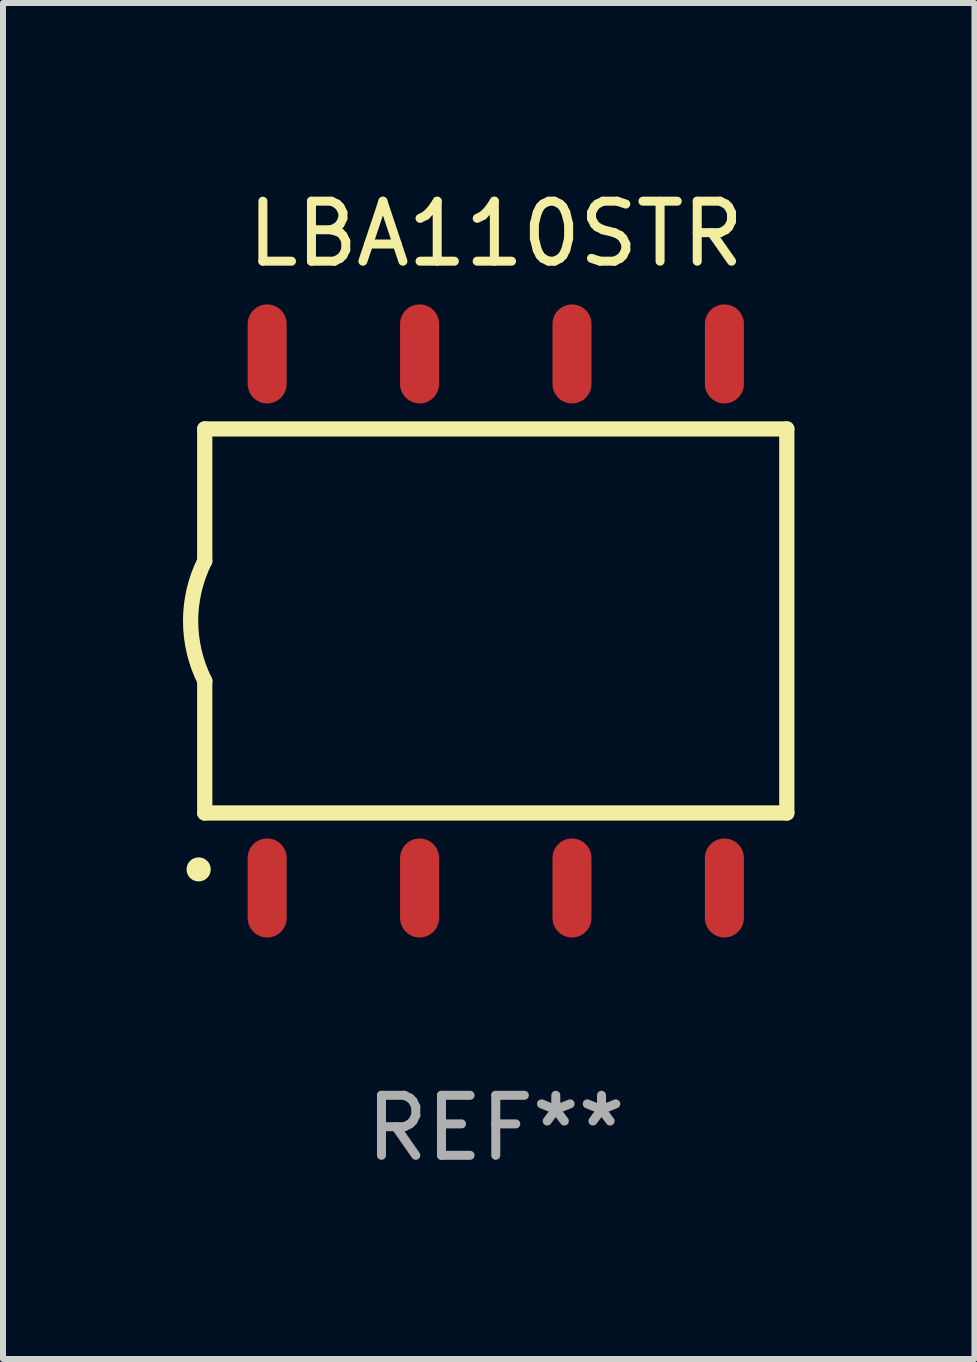
<source format=kicad_pcb>
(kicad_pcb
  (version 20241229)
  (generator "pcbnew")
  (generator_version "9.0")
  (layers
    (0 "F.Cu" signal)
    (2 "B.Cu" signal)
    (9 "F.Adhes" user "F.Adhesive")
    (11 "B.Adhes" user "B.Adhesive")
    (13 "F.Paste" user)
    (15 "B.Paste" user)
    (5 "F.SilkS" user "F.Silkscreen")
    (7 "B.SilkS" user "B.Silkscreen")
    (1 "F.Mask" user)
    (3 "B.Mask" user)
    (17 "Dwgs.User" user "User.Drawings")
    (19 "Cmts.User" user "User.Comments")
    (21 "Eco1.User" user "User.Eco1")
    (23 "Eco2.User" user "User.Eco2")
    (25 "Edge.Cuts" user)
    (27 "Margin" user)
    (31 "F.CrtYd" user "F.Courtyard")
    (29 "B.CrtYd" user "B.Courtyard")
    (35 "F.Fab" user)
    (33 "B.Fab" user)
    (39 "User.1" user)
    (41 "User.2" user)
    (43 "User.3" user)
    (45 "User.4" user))
  (footprint "LBA110STR"
    (layer "F.Cu")
    (at 5.212 7.298)
    (property "Reference" "LBA110STR" (at 0 -6.45 0) (layer "F.SilkS") (effects (font (size 1 1) (thickness 0.15))))
    (attr through_hole)
    (fp_line (start -4.85 -3.2) (end -4.85 -1) (stroke (width 0.254) (type solid)) (layer "F.SilkS"))
    (fp_line (start -4.85 -3.2) (end 4.85 -3.2) (stroke (width 0.254) (type solid)) (layer "F.SilkS"))
    (fp_line (start -4.85 3.2) (end -4.85 1) (stroke (width 0.254) (type solid)) (layer "F.SilkS"))
    (fp_line (start 4.85 -3.2) (end 4.85 3.2) (stroke (width 0.254) (type solid)) (layer "F.SilkS"))
    (fp_line (start 4.85 3.2) (end -4.85 3.2) (stroke (width 0.254) (type solid)) (layer "F.SilkS"))
    (fp_arc (start -4.95301 4.140208) (mid -4.95174 4.140204) (end -4.95047 4.140208) (stroke (width 0.4) (type solid)) (layer "F.SilkS"))
    (fp_arc (start -4.84887 1.000762) (mid -5.085418 0.000516) (end -4.850013 -1) (stroke (width 0.254001) (type solid)) (layer "F.SilkS"))
    (fp_text user "REF**" (at 0 8.45 0) (layer "F.Fab") (effects (font (size 1 1) (thickness 0.15))))
    (pad "1" smd oval (at -3.81 4.45) (size 0.65 1.65) (layers "F.Cu" "F.Mask" "F.Paste"))
    (pad "2" smd oval (at -1.27 4.45) (size 0.65 1.65) (layers "F.Cu" "F.Mask" "F.Paste"))
    (pad "3" smd oval (at 1.27 4.45) (size 0.65 1.65) (layers "F.Cu" "F.Mask" "F.Paste"))
    (pad "4" smd oval (at 3.81 4.45) (size 0.65 1.65) (layers "F.Cu" "F.Mask" "F.Paste"))
    (pad "5" smd oval (at 3.81 -4.45 180) (size 0.65 1.65) (layers "F.Cu" "F.Mask" "F.Paste"))
    (pad "6" smd oval (at 1.27 -4.45 180) (size 0.65 1.65) (layers "F.Cu" "F.Mask" "F.Paste"))
    (pad "7" smd oval (at -1.27 -4.45 180) (size 0.65 1.65) (layers "F.Cu" "F.Mask" "F.Paste"))
    (pad "8" smd oval (at -3.81 -4.45 180) (size 0.65 1.65) (layers "F.Cu" "F.Mask" "F.Paste")))
  (gr_rect
    (start -3 -3)
    (end 13.189 19.597)
    (stroke (width 0.1) (type default))
    (fill no)
    (layer "Edge.Cuts")))
</source>
